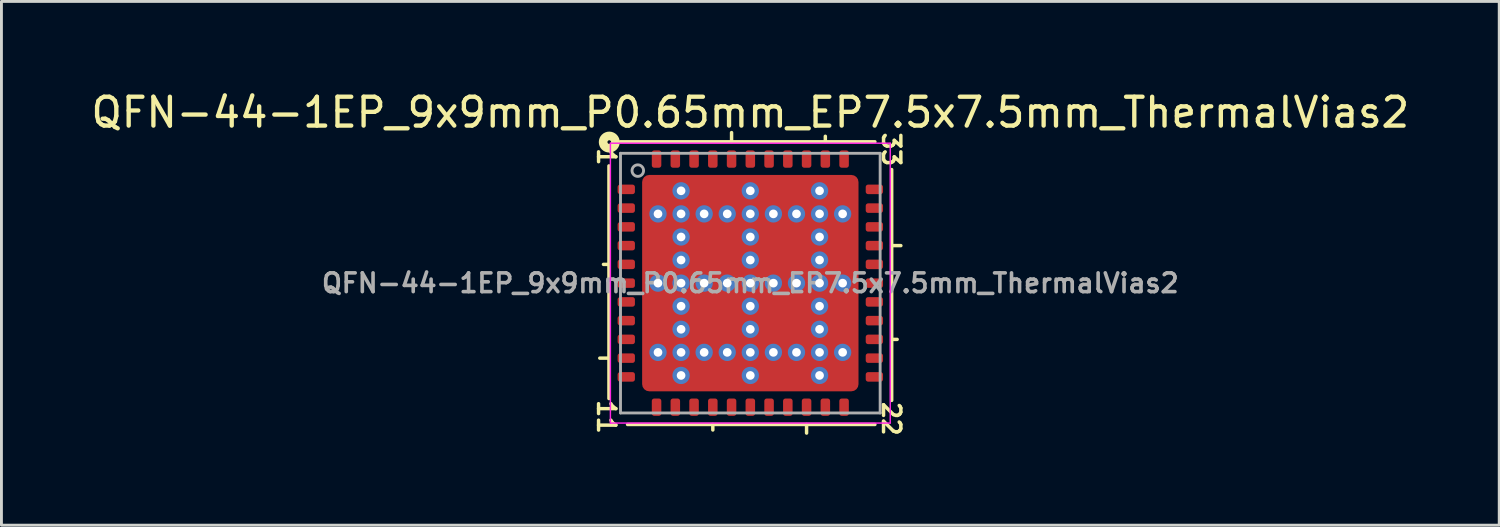
<source format=kicad_pcb>
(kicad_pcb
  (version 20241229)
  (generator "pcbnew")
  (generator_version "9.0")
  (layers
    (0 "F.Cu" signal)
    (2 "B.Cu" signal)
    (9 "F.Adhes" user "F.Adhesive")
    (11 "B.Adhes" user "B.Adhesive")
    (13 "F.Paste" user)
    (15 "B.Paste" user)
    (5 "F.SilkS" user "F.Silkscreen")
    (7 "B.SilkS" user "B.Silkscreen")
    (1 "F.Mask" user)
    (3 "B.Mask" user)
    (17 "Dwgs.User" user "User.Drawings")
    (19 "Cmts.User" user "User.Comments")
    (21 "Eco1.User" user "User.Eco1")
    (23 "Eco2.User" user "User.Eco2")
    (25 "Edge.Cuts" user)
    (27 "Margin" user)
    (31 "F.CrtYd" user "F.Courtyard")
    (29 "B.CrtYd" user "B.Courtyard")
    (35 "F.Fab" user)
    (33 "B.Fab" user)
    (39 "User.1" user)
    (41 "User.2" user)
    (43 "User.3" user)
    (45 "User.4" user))
  (footprint "QFN-44-1EP_9x9mm_P0.65mm_EP7.5x7.5mm_ThermalVias2"
    (layer "F.Cu")
    (at 22.958 6.764)
    (property "Reference" "QFN-44-1EP_9x9mm_P0.65mm_EP7.5x7.5mm_ThermalVias2" (at 0 -5.916 0) (layer "F.SilkS") (effects (font (size 1 1) (thickness 0.15))))
    (attr smd)
    (fp_line (start -4.9 -4.064) (end -4.9 4) (stroke (width 0.12) (type solid)) (layer "F.SilkS"))
    (fp_line (start -4.9 -0.65) (end -5.09 -0.65) (stroke (width 0.12) (type solid)) (layer "F.SilkS"))
    (fp_line (start -4.9 2.6) (end -5.218 2.6) (stroke (width 0.12) (type solid)) (layer "F.SilkS"))
    (fp_line (start -4.255 4.9) (end 4.318 4.9) (stroke (width 0.12) (type solid)) (layer "F.SilkS"))
    (fp_line (start -1.3 4.9) (end -1.3 5.09) (stroke (width 0.12) (type solid)) (layer "F.SilkS"))
    (fp_line (start -0.65 -4.9) (end -0.65 -5.218) (stroke (width 0.12) (type solid)) (layer "F.SilkS"))
    (fp_line (start 1.95 4.9) (end 1.95 5.197) (stroke (width 0.12) (type solid)) (layer "F.SilkS"))
    (fp_line (start 2.6 -4.9) (end 2.6 -5.09) (stroke (width 0.12) (type solid)) (layer "F.SilkS"))
    (fp_line (start 4.318 -4.9) (end -4.508 -4.9) (stroke (width 0.12) (type solid)) (layer "F.SilkS"))
    (fp_line (start 4.9 -1.3) (end 5.218 -1.3) (stroke (width 0.12) (type solid)) (layer "F.SilkS"))
    (fp_line (start 4.9 1.95) (end 5.09 1.95) (stroke (width 0.12) (type solid)) (layer "F.SilkS"))
    (fp_line (start 4.9 4.064) (end 4.9 -3.937) (stroke (width 0.12) (type solid)) (layer "F.SilkS"))
    (fp_circle (center -4.889 -4.889) (end -4.826 -4.889) (stroke (width 0.3) (type solid)) (fill no) (layer "F.SilkS"))
    (fp_line (start -4.85 -4.85) (end -4.85 4.85) (stroke (width 0.05) (type solid)) (layer "F.CrtYd"))
    (fp_line (start -4.85 4.85) (end 4.85 4.85) (stroke (width 0.05) (type solid)) (layer "F.CrtYd"))
    (fp_line (start 4.85 -4.85) (end -4.85 -4.85) (stroke (width 0.05) (type solid)) (layer "F.CrtYd"))
    (fp_line (start 4.85 4.85) (end 4.85 -4.85) (stroke (width 0.05) (type solid)) (layer "F.CrtYd"))
    (fp_line (start -4.5 -4.5) (end 4.5 -4.5) (stroke (width 0.1) (type solid)) (layer "F.Fab"))
    (fp_line (start -4.5 4.5) (end -4.5 -4.5) (stroke (width 0.1) (type solid)) (layer "F.Fab"))
    (fp_line (start 4.5 -4.5) (end 4.5 4.5) (stroke (width 0.1) (type solid)) (layer "F.Fab"))
    (fp_line (start 4.5 4.5) (end -4.5 4.5) (stroke (width 0.1) (type solid)) (layer "F.Fab"))
    (fp_circle (center -3.9 -3.9) (end -3.7 -3.9) (stroke (width 0.1) (type solid)) (fill no) (layer "F.Fab"))
    (fp_text user "1" (at -4.989 -4.381 270) (unlocked yes) (layer "F.SilkS") (effects (font (size 0.6 0.6) (thickness 0.12))))
    (fp_text user "22" (at 4.889 4.699 270) (unlocked yes) (layer "F.SilkS") (effects (font (size 0.6 0.6) (thickness 0.12))))
    (fp_text user "33" (at 4.889 -4.636 270) (unlocked yes) (layer "F.SilkS") (effects (font (size 0.6 0.6) (thickness 0.12))))
    (fp_text user "11" (at -4.989 4.636 270) (unlocked yes) (layer "F.SilkS") (effects (font (size 0.6 0.6) (thickness 0.12))))
    (fp_text user "${REFERENCE}" (at 0 0 0) (layer "F.Fab") (effects (font (size 0.65 0.65) (thickness 0.125))))
    (pad "" smd roundrect (at -3.2 -3.2) (size 0.7 0.7) (layers "F.Paste") (roundrect_rratio 0.25))
    (pad "" smd roundrect (at -3.2 -3.2 180) (size 1 1) (layers "F.Mask") (roundrect_rratio 0.25))
    (pad "" smd roundrect (at -3.2 -1.637 90) (size 0.625 0.7) (layers "F.Paste") (roundrect_rratio 0.25))
    (pad "" smd roundrect (at -3.2 -1.2 180) (size 1 1.8) (layers "F.Mask") (roundrect_rratio 0.25))
    (pad "" smd roundrect (at -3.2 -0.762 90) (size 0.625 0.7) (layers "F.Paste") (roundrect_rratio 0.25))
    (pad "" smd roundrect (at -3.2 0.762 90) (size 0.625 0.7) (layers "F.Paste") (roundrect_rratio 0.25))
    (pad "" smd roundrect (at -3.2 1.2 180) (size 1 1.8) (layers "F.Mask") (roundrect_rratio 0.25))
    (pad "" smd roundrect (at -3.2 1.637 90) (size 0.625 0.7) (layers "F.Paste") (roundrect_rratio 0.25))
    (pad "" smd roundrect (at -3.2 3.2) (size 0.7 0.7) (layers "F.Paste") (roundrect_rratio 0.25))
    (pad "" smd roundrect (at -3.2 3.2 180) (size 1 1) (layers "F.Mask") (roundrect_rratio 0.25))
    (pad "" smd roundrect (at -1.637 -3.2 180) (size 0.625 0.7) (layers "F.Paste") (roundrect_rratio 0.25))
    (pad "" smd roundrect (at -1.637 -1.637) (size 0.625 0.625) (layers "F.Paste") (roundrect_rratio 0.25))
    (pad "" smd roundrect (at -1.637 -0.762) (size 0.625 0.625) (layers "F.Paste") (roundrect_rratio 0.25))
    (pad "" smd roundrect (at -1.637 0.762) (size 0.625 0.625) (layers "F.Paste") (roundrect_rratio 0.25))
    (pad "" smd roundrect (at -1.637 1.637) (size 0.625 0.625) (layers "F.Paste") (roundrect_rratio 0.25))
    (pad "" smd roundrect (at -1.637 3.2) (size 0.625 0.7) (layers "F.Paste") (roundrect_rratio 0.25))
    (pad "" smd roundrect (at -1.2 -3.2 270) (size 1 1.8) (layers "F.Mask") (roundrect_rratio 0.25))
    (pad "" smd roundrect (at -1.2 -1.2 270) (size 1.8 1.8) (layers "F.Mask") (roundrect_rratio 0.139))
    (pad "" smd roundrect (at -1.2 1.2 270) (size 1.8 1.8) (layers "F.Mask") (roundrect_rratio 0.139))
    (pad "" smd roundrect (at -1.2 3.2 270) (size 1 1.8) (layers "F.Mask") (roundrect_rratio 0.25))
    (pad "" smd roundrect (at -0.762 -3.2 180) (size 0.625 0.7) (layers "F.Paste") (roundrect_rratio 0.25))
    (pad "" smd roundrect (at -0.762 -1.637) (size 0.625 0.625) (layers "F.Paste") (roundrect_rratio 0.25))
    (pad "" smd roundrect (at -0.762 -0.762) (size 0.625 0.625) (layers "F.Paste") (roundrect_rratio 0.25))
    (pad "" smd roundrect (at -0.762 0.762) (size 0.625 0.625) (layers "F.Paste") (roundrect_rratio 0.25))
    (pad "" smd roundrect (at -0.762 1.637) (size 0.625 0.625) (layers "F.Paste") (roundrect_rratio 0.25))
    (pad "" smd roundrect (at -0.762 3.2) (size 0.625 0.7) (layers "F.Paste") (roundrect_rratio 0.25))
    (pad "" smd roundrect (at 0.762 -3.2 180) (size 0.625 0.7) (layers "F.Paste") (roundrect_rratio 0.25))
    (pad "" smd roundrect (at 0.762 -1.637) (size 0.625 0.625) (layers "F.Paste") (roundrect_rratio 0.25))
    (pad "" smd roundrect (at 0.762 -0.762) (size 0.625 0.625) (layers "F.Paste") (roundrect_rratio 0.25))
    (pad "" smd roundrect (at 0.762 0.762) (size 0.625 0.625) (layers "F.Paste") (roundrect_rratio 0.25))
    (pad "" smd roundrect (at 0.762 1.637) (size 0.625 0.625) (layers "F.Paste") (roundrect_rratio 0.25))
    (pad "" smd roundrect (at 0.762 3.2) (size 0.625 0.7) (layers "F.Paste") (roundrect_rratio 0.25))
    (pad "" smd roundrect (at 1.2 -3.2 270) (size 1 1.8) (layers "F.Mask") (roundrect_rratio 0.25))
    (pad "" smd roundrect (at 1.2 -1.2 270) (size 1.8 1.8) (layers "F.Mask") (roundrect_rratio 0.139))
    (pad "" smd roundrect (at 1.2 1.2 270) (size 1.8 1.8) (layers "F.Mask") (roundrect_rratio 0.139))
    (pad "" smd roundrect (at 1.2 3.2 270) (size 1 1.8) (layers "F.Mask") (roundrect_rratio 0.25))
    (pad "" smd roundrect (at 1.637 -3.2 180) (size 0.625 0.7) (layers "F.Paste") (roundrect_rratio 0.25))
    (pad "" smd roundrect (at 1.637 -1.637) (size 0.625 0.625) (layers "F.Paste") (roundrect_rratio 0.25))
    (pad "" smd roundrect (at 1.637 -0.762) (size 0.625 0.625) (layers "F.Paste") (roundrect_rratio 0.25))
    (pad "" smd roundrect (at 1.637 0.762) (size 0.625 0.625) (layers "F.Paste") (roundrect_rratio 0.25))
    (pad "" smd roundrect (at 1.637 1.637) (size 0.625 0.625) (layers "F.Paste") (roundrect_rratio 0.25))
    (pad "" smd roundrect (at 1.637 3.2) (size 0.625 0.7) (layers "F.Paste") (roundrect_rratio 0.25))
    (pad "" smd roundrect (at 3.2 -3.2) (size 0.7 0.7) (layers "F.Paste") (roundrect_rratio 0.25))
    (pad "" smd roundrect (at 3.2 -3.2 180) (size 1 1) (layers "F.Mask") (roundrect_rratio 0.25))
    (pad "" smd roundrect (at 3.2 -1.637 90) (size 0.625 0.7) (layers "F.Paste") (roundrect_rratio 0.25))
    (pad "" smd roundrect (at 3.2 -1.2 180) (size 1 1.8) (layers "F.Mask") (roundrect_rratio 0.25))
    (pad "" smd roundrect (at 3.2 -0.762 90) (size 0.625 0.7) (layers "F.Paste") (roundrect_rratio 0.25))
    (pad "" smd roundrect (at 3.2 0.762 90) (size 0.625 0.7) (layers "F.Paste") (roundrect_rratio 0.25))
    (pad "" smd roundrect (at 3.2 1.2 180) (size 1 1.8) (layers "F.Mask") (roundrect_rratio 0.25))
    (pad "" smd roundrect (at 3.2 1.637 90) (size 0.625 0.7) (layers "F.Paste") (roundrect_rratio 0.25))
    (pad "" smd roundrect (at 3.2 3.2) (size 0.7 0.7) (layers "F.Paste") (roundrect_rratio 0.25))
    (pad "" smd roundrect (at 3.2 3.2 180) (size 1 1) (layers "F.Mask") (roundrect_rratio 0.25))
    (pad "1" smd roundrect (at -4.3 -3.25) (size 0.6 0.33) (layers "F.Cu" "F.Mask" "F.Paste") (roundrect_rratio 0.25))
    (pad "2" smd roundrect (at -4.3 -2.6) (size 0.6 0.33) (layers "F.Cu" "F.Mask" "F.Paste") (roundrect_rratio 0.25))
    (pad "3" smd roundrect (at -4.3 -1.95) (size 0.6 0.33) (layers "F.Cu" "F.Mask" "F.Paste") (roundrect_rratio 0.25))
    (pad "4" smd roundrect (at -4.3 -1.3) (size 0.6 0.33) (layers "F.Cu" "F.Mask" "F.Paste") (roundrect_rratio 0.25))
    (pad "5" smd roundrect (at -4.3 -0.65) (size 0.6 0.33) (layers "F.Cu" "F.Mask" "F.Paste") (roundrect_rratio 0.25))
    (pad "6" smd roundrect (at -4.3 0) (size 0.6 0.33) (layers "F.Cu" "F.Mask" "F.Paste") (roundrect_rratio 0.25))
    (pad "7" smd roundrect (at -4.3 0.65) (size 0.6 0.33) (layers "F.Cu" "F.Mask" "F.Paste") (roundrect_rratio 0.25))
    (pad "8" smd roundrect (at -4.3 1.3) (size 0.6 0.33) (layers "F.Cu" "F.Mask" "F.Paste") (roundrect_rratio 0.25))
    (pad "9" smd roundrect (at -4.3 1.95) (size 0.6 0.33) (layers "F.Cu" "F.Mask" "F.Paste") (roundrect_rratio 0.25))
    (pad "10" smd roundrect (at -4.3 2.6) (size 0.6 0.33) (layers "F.Cu" "F.Mask" "F.Paste") (roundrect_rratio 0.25))
    (pad "11" smd roundrect (at -4.3 3.25) (size 0.6 0.33) (layers "F.Cu" "F.Mask" "F.Paste") (roundrect_rratio 0.25))
    (pad "12" smd roundrect (at -3.25 4.3 90) (size 0.6 0.33) (layers "F.Cu" "F.Mask" "F.Paste") (roundrect_rratio 0.25))
    (pad "13" smd roundrect (at -2.6 4.3 90) (size 0.6 0.33) (layers "F.Cu" "F.Mask" "F.Paste") (roundrect_rratio 0.25))
    (pad "14" smd roundrect (at -1.95 4.3 90) (size 0.6 0.33) (layers "F.Cu" "F.Mask" "F.Paste") (roundrect_rratio 0.25))
    (pad "15" smd roundrect (at -1.3 4.3 90) (size 0.6 0.33) (layers "F.Cu" "F.Mask" "F.Paste") (roundrect_rratio 0.25))
    (pad "16" smd roundrect (at -0.65 4.3 90) (size 0.6 0.33) (layers "F.Cu" "F.Mask" "F.Paste") (roundrect_rratio 0.25))
    (pad "17" smd roundrect (at 0 4.3 90) (size 0.6 0.33) (layers "F.Cu" "F.Mask" "F.Paste") (roundrect_rratio 0.25))
    (pad "18" smd roundrect (at 0.65 4.3 90) (size 0.6 0.33) (layers "F.Cu" "F.Mask" "F.Paste") (roundrect_rratio 0.25))
    (pad "19" smd roundrect (at 1.3 4.3 90) (size 0.6 0.33) (layers "F.Cu" "F.Mask" "F.Paste") (roundrect_rratio 0.25))
    (pad "20" smd roundrect (at 1.95 4.3 90) (size 0.6 0.33) (layers "F.Cu" "F.Mask" "F.Paste") (roundrect_rratio 0.25))
    (pad "21" smd roundrect (at 2.6 4.3 90) (size 0.6 0.33) (layers "F.Cu" "F.Mask" "F.Paste") (roundrect_rratio 0.25))
    (pad "22" smd roundrect (at 3.25 4.3 90) (size 0.6 0.33) (layers "F.Cu" "F.Mask" "F.Paste") (roundrect_rratio 0.25))
    (pad "23" smd roundrect (at 4.3 3.25) (size 0.6 0.33) (layers "F.Cu" "F.Mask" "F.Paste") (roundrect_rratio 0.25))
    (pad "24" smd roundrect (at 4.3 2.6) (size 0.6 0.33) (layers "F.Cu" "F.Mask" "F.Paste") (roundrect_rratio 0.25))
    (pad "25" smd roundrect (at 4.3 1.95) (size 0.6 0.33) (layers "F.Cu" "F.Mask" "F.Paste") (roundrect_rratio 0.25))
    (pad "26" smd roundrect (at 4.3 1.3) (size 0.6 0.33) (layers "F.Cu" "F.Mask" "F.Paste") (roundrect_rratio 0.25))
    (pad "27" smd roundrect (at 4.3 0.65) (size 0.6 0.33) (layers "F.Cu" "F.Mask" "F.Paste") (roundrect_rratio 0.25))
    (pad "28" smd roundrect (at 4.3 0) (size 0.6 0.33) (layers "F.Cu" "F.Mask" "F.Paste") (roundrect_rratio 0.25))
    (pad "29" smd roundrect (at 4.3 -0.65) (size 0.6 0.33) (layers "F.Cu" "F.Mask" "F.Paste") (roundrect_rratio 0.25))
    (pad "30" smd roundrect (at 4.3 -1.3) (size 0.6 0.33) (layers "F.Cu" "F.Mask" "F.Paste") (roundrect_rratio 0.25))
    (pad "31" smd roundrect (at 4.3 -1.95) (size 0.6 0.33) (layers "F.Cu" "F.Mask" "F.Paste") (roundrect_rratio 0.25))
    (pad "32" smd roundrect (at 4.3 -2.6) (size 0.6 0.33) (layers "F.Cu" "F.Mask" "F.Paste") (roundrect_rratio 0.25))
    (pad "33" smd roundrect (at 4.3 -3.25) (size 0.6 0.33) (layers "F.Cu" "F.Mask" "F.Paste") (roundrect_rratio 0.25))
    (pad "34" smd roundrect (at 3.25 -4.3 90) (size 0.6 0.33) (layers "F.Cu" "F.Mask" "F.Paste") (roundrect_rratio 0.25))
    (pad "35" smd roundrect (at 2.6 -4.3 90) (size 0.6 0.33) (layers "F.Cu" "F.Mask" "F.Paste") (roundrect_rratio 0.25))
    (pad "36" smd roundrect (at 1.95 -4.3 90) (size 0.6 0.33) (layers "F.Cu" "F.Mask" "F.Paste") (roundrect_rratio 0.25))
    (pad "37" smd roundrect (at 1.3 -4.3 90) (size 0.6 0.33) (layers "F.Cu" "F.Mask" "F.Paste") (roundrect_rratio 0.25))
    (pad "38" smd roundrect (at 0.65 -4.3 90) (size 0.6 0.33) (layers "F.Cu" "F.Mask" "F.Paste") (roundrect_rratio 0.25))
    (pad "39" smd roundrect (at 0 -4.3 90) (size 0.6 0.33) (layers "F.Cu" "F.Mask" "F.Paste") (roundrect_rratio 0.25))
    (pad "40" smd roundrect (at -0.65 -4.3 90) (size 0.6 0.33) (layers "F.Cu" "F.Mask" "F.Paste") (roundrect_rratio 0.25))
    (pad "41" smd roundrect (at -1.3 -4.3 90) (size 0.6 0.33) (layers "F.Cu" "F.Mask" "F.Paste") (roundrect_rratio 0.25))
    (pad "42" smd roundrect (at -1.95 -4.3 90) (size 0.6 0.33) (layers "F.Cu" "F.Mask" "F.Paste") (roundrect_rratio 0.25))
    (pad "43" smd roundrect (at -2.6 -4.3 90) (size 0.6 0.33) (layers "F.Cu" "F.Mask" "F.Paste") (roundrect_rratio 0.25))
    (pad "44" smd roundrect (at -3.25 -4.3 90) (size 0.6 0.33) (layers "F.Cu" "F.Mask" "F.Paste") (roundrect_rratio 0.25))
    (pad "45" thru_hole circle (at -3.2 -2.4) (size 0.6 0.6) (drill 0.3) (property pad_prop_heatsink) (layers "*.Cu" "*.Mask"))
    (pad "45" thru_hole circle (at -3.2 0) (size 0.6 0.6) (drill 0.3) (property pad_prop_heatsink) (layers "*.Cu" "*.Mask"))
    (pad "45" thru_hole circle (at -3.2 2.4) (size 0.6 0.6) (drill 0.3) (property pad_prop_heatsink) (layers "*.Cu" "*.Mask"))
    (pad "45" thru_hole circle (at -2.4 -3.2) (size 0.6 0.6) (drill 0.3) (property pad_prop_heatsink) (layers "*.Cu" "*.Mask"))
    (pad "45" thru_hole circle (at -2.4 -2.4) (size 0.6 0.6) (drill 0.3) (property pad_prop_heatsink) (layers "*.Cu" "*.Mask"))
    (pad "45" thru_hole circle (at -2.4 -1.6) (size 0.6 0.6) (drill 0.3) (property pad_prop_heatsink) (layers "*.Cu" "*.Mask"))
    (pad "45" thru_hole circle (at -2.4 -0.8) (size 0.6 0.6) (drill 0.3) (property pad_prop_heatsink) (layers "*.Cu" "*.Mask"))
    (pad "45" thru_hole circle (at -2.4 0) (size 0.6 0.6) (drill 0.3) (property pad_prop_heatsink) (layers "*.Cu" "*.Mask"))
    (pad "45" thru_hole circle (at -2.4 0.8) (size 0.6 0.6) (drill 0.3) (property pad_prop_heatsink) (layers "*.Cu" "*.Mask"))
    (pad "45" thru_hole circle (at -2.4 1.6) (size 0.6 0.6) (drill 0.3) (property pad_prop_heatsink) (layers "*.Cu" "*.Mask"))
    (pad "45" thru_hole circle (at -2.4 2.4) (size 0.6 0.6) (drill 0.3) (property pad_prop_heatsink) (layers "*.Cu" "*.Mask"))
    (pad "45" thru_hole circle (at -2.4 3.2) (size 0.6 0.6) (drill 0.3) (property pad_prop_heatsink) (layers "*.Cu" "*.Mask"))
    (pad "45" thru_hole circle (at -1.6 -2.4) (size 0.6 0.6) (drill 0.3) (property pad_prop_heatsink) (layers "*.Cu" "*.Mask"))
    (pad "45" thru_hole circle (at -1.6 0) (size 0.6 0.6) (drill 0.3) (property pad_prop_heatsink) (layers "*.Cu" "*.Mask"))
    (pad "45" thru_hole circle (at -1.6 2.4) (size 0.6 0.6) (drill 0.3) (property pad_prop_heatsink) (layers "*.Cu" "*.Mask"))
    (pad "45" thru_hole circle (at -0.8 -2.4) (size 0.6 0.6) (drill 0.3) (property pad_prop_heatsink) (layers "*.Cu" "*.Mask"))
    (pad "45" thru_hole circle (at -0.8 0) (size 0.6 0.6) (drill 0.3) (property pad_prop_heatsink) (layers "*.Cu" "*.Mask"))
    (pad "45" thru_hole circle (at -0.8 2.4) (size 0.6 0.6) (drill 0.3) (property pad_prop_heatsink) (layers "*.Cu" "*.Mask"))
    (pad "45" thru_hole circle (at 0 -3.2) (size 0.6 0.6) (drill 0.3) (property pad_prop_heatsink) (layers "*.Cu" "*.Mask"))
    (pad "45" thru_hole circle (at 0 -2.4) (size 0.6 0.6) (drill 0.3) (property pad_prop_heatsink) (layers "*.Cu" "*.Mask"))
    (pad "45" thru_hole circle (at 0 -1.6) (size 0.6 0.6) (drill 0.3) (property pad_prop_heatsink) (layers "*.Cu" "*.Mask"))
    (pad "45" thru_hole circle (at 0 -0.8) (size 0.6 0.6) (drill 0.3) (property pad_prop_heatsink) (layers "*.Cu" "*.Mask"))
    (pad "45" thru_hole circle (at 0 0) (size 0.6 0.6) (drill 0.3) (property pad_prop_heatsink) (layers "*.Cu" "*.Mask"))
    (pad "45" smd roundrect (at 0 0) (size 7.5 7.5) (layers "F.Cu") (roundrect_rratio 0.033))
    (pad "45" thru_hole circle (at 0 0.8) (size 0.6 0.6) (drill 0.3) (property pad_prop_heatsink) (layers "*.Cu" "*.Mask"))
    (pad "45" thru_hole circle (at 0 1.6) (size 0.6 0.6) (drill 0.3) (property pad_prop_heatsink) (layers "*.Cu" "*.Mask"))
    (pad "45" thru_hole circle (at 0 2.4) (size 0.6 0.6) (drill 0.3) (property pad_prop_heatsink) (layers "*.Cu" "*.Mask"))
    (pad "45" thru_hole circle (at 0 3.2) (size 0.6 0.6) (drill 0.3) (property pad_prop_heatsink) (layers "*.Cu" "*.Mask"))
    (pad "45" thru_hole circle (at 0.8 -2.4) (size 0.6 0.6) (drill 0.3) (property pad_prop_heatsink) (layers "*.Cu" "*.Mask"))
    (pad "45" thru_hole circle (at 0.8 0) (size 0.6 0.6) (drill 0.3) (property pad_prop_heatsink) (layers "*.Cu" "*.Mask"))
    (pad "45" thru_hole circle (at 0.8 2.4) (size 0.6 0.6) (drill 0.3) (property pad_prop_heatsink) (layers "*.Cu" "*.Mask"))
    (pad "45" thru_hole circle (at 1.6 -2.4) (size 0.6 0.6) (drill 0.3) (property pad_prop_heatsink) (layers "*.Cu" "*.Mask"))
    (pad "45" thru_hole circle (at 1.6 0) (size 0.6 0.6) (drill 0.3) (property pad_prop_heatsink) (layers "*.Cu" "*.Mask"))
    (pad "45" thru_hole circle (at 1.6 2.4) (size 0.6 0.6) (drill 0.3) (property pad_prop_heatsink) (layers "*.Cu" "*.Mask"))
    (pad "45" thru_hole circle (at 2.4 -3.2) (size 0.6 0.6) (drill 0.3) (property pad_prop_heatsink) (layers "*.Cu" "*.Mask"))
    (pad "45" thru_hole circle (at 2.4 -2.4) (size 0.6 0.6) (drill 0.3) (property pad_prop_heatsink) (layers "*.Cu" "*.Mask"))
    (pad "45" thru_hole circle (at 2.4 -1.6) (size 0.6 0.6) (drill 0.3) (property pad_prop_heatsink) (layers "*.Cu" "*.Mask"))
    (pad "45" thru_hole circle (at 2.4 -0.8) (size 0.6 0.6) (drill 0.3) (property pad_prop_heatsink) (layers "*.Cu" "*.Mask"))
    (pad "45" thru_hole circle (at 2.4 0) (size 0.6 0.6) (drill 0.3) (property pad_prop_heatsink) (layers "*.Cu" "*.Mask"))
    (pad "45" thru_hole circle (at 2.4 0.8) (size 0.6 0.6) (drill 0.3) (property pad_prop_heatsink) (layers "*.Cu" "*.Mask"))
    (pad "45" thru_hole circle (at 2.4 1.6) (size 0.6 0.6) (drill 0.3) (property pad_prop_heatsink) (layers "*.Cu" "*.Mask"))
    (pad "45" thru_hole circle (at 2.4 2.4) (size 0.6 0.6) (drill 0.3) (property pad_prop_heatsink) (layers "*.Cu" "*.Mask"))
    (pad "45" thru_hole circle (at 2.4 3.2) (size 0.6 0.6) (drill 0.3) (property pad_prop_heatsink) (layers "*.Cu" "*.Mask"))
    (pad "45" thru_hole circle (at 3.2 -2.4) (size 0.6 0.6) (drill 0.3) (property pad_prop_heatsink) (layers "*.Cu" "*.Mask"))
    (pad "45" thru_hole circle (at 3.2 0) (size 0.6 0.6) (drill 0.3) (property pad_prop_heatsink) (layers "*.Cu" "*.Mask"))
    (pad "45" thru_hole circle (at 3.2 2.4) (size 0.6 0.6) (drill 0.3) (property pad_prop_heatsink) (layers "*.Cu" "*.Mask")))
  (gr_rect
    (start -3 -3)
    (end 48.917 15.155)
    (stroke (width 0.1) (type default))
    (fill no)
    (layer "Edge.Cuts")))
</source>
